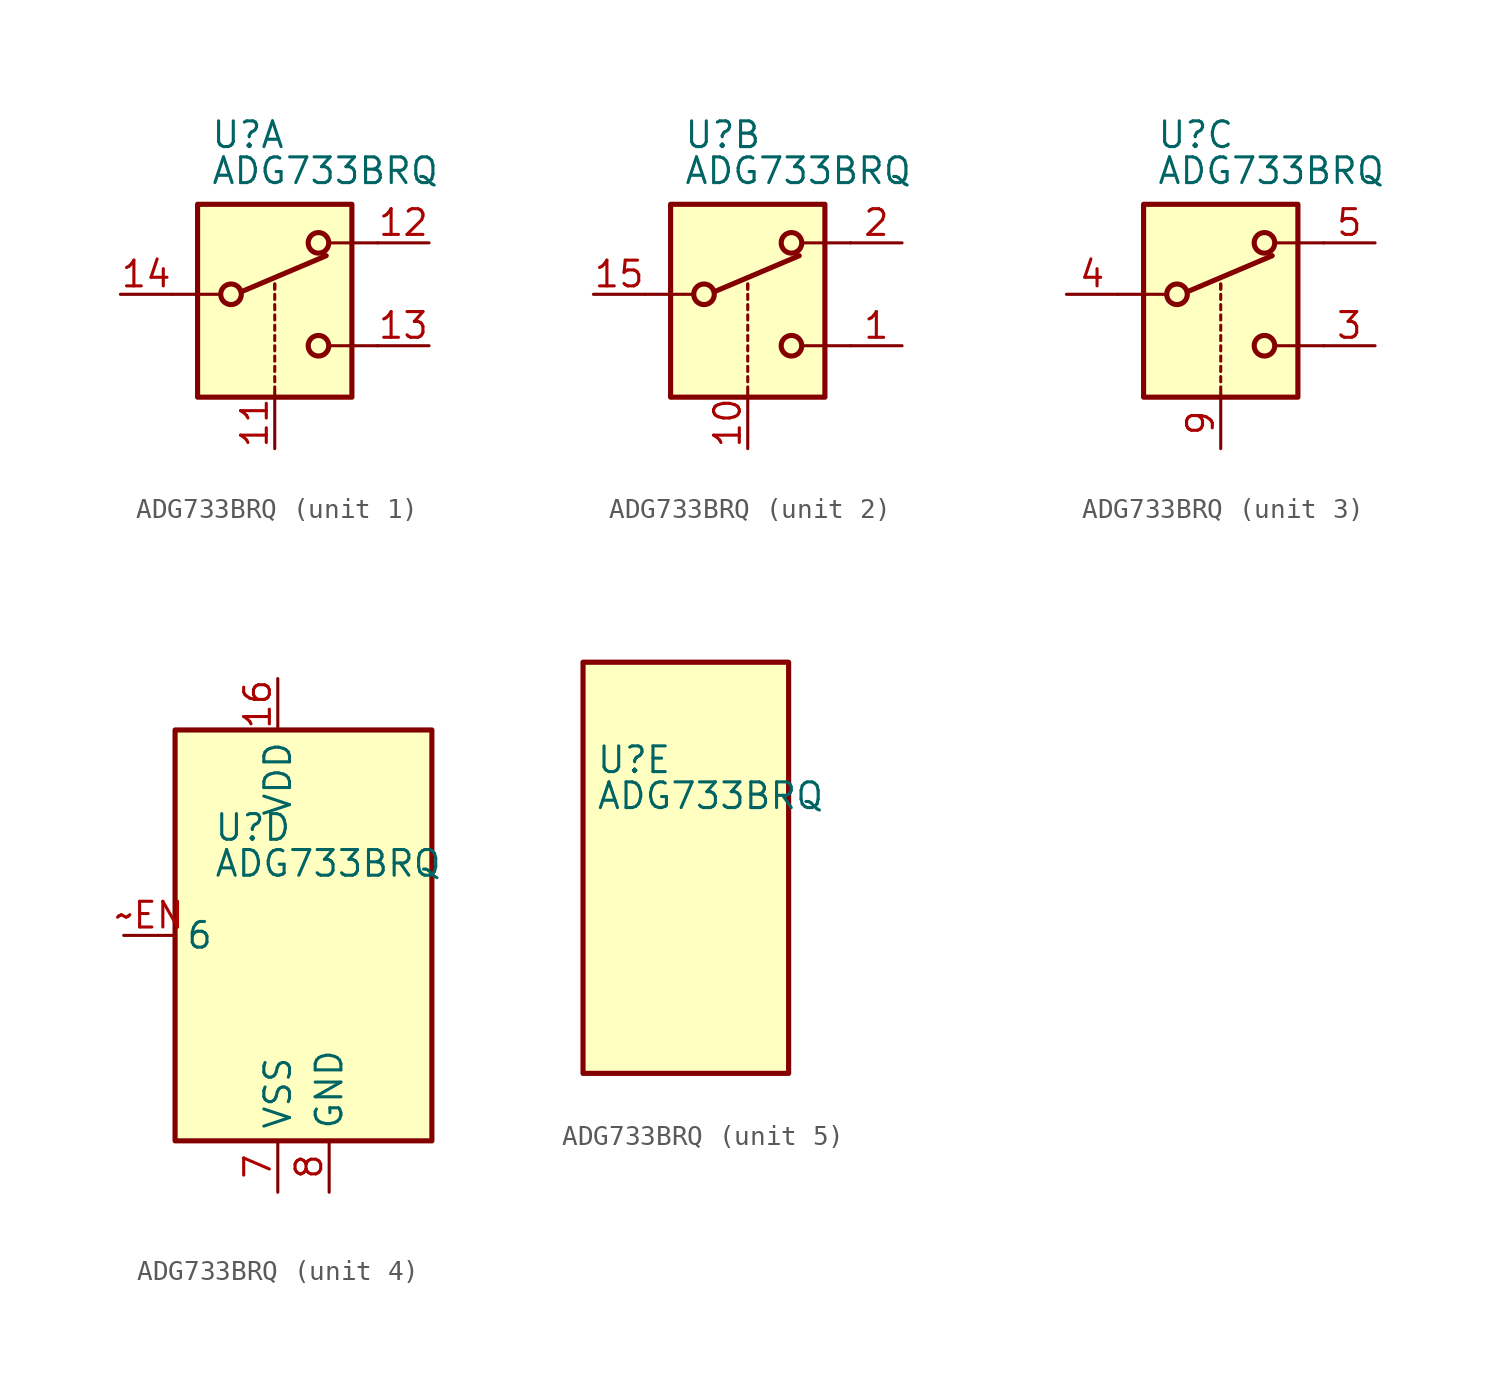
<source format=kicad_sym>
(kicad_symbol_lib
  (version 20220914)
  (generator kicad_symbol_editor)
  (symbol "ADG733BRQ"
    (property "Reference" "U"
      (at -3.175 5.334 0)
      (effects (font (size 1.27 1.27)) (justify left)))
    (property "Value" "ADG733BRQ"
      (at -3.175 3.556 0)
      (effects (font (size 1.27 1.27)) (justify left)))
    (symbol "ADG733BRQ_1_1"
      (rectangle (start -3.81 1.905) (end 3.81 -7.62) (stroke (width 0.254) (type default)) (fill (type background)))
      (circle (center -2.159 -2.54) (radius 0.508) (stroke (width 0.254) (type default)) (fill (type none)))
      (polyline (pts (xy -5.08 -2.54) (xy -2.794 -2.54)) (stroke (width 0) (type default)) (fill (type none)))
      (polyline (pts (xy -1.651 -2.413) (xy 2.54 -0.635)) (stroke (width 0.254) (type default)) (fill (type none)))
      (polyline (pts (xy 0 -7.62) (xy 0 -7.112)) (stroke (width 0) (type default)) (fill (type none)))
      (polyline (pts (xy 0 -6.858) (xy 0 -6.604)) (stroke (width 0) (type default)) (fill (type none)))
      (polyline (pts (xy 0 -6.35) (xy 0 -6.096)) (stroke (width 0) (type default)) (fill (type none)))
      (polyline (pts (xy 0 -5.842) (xy 0 -5.588)) (stroke (width 0) (type default)) (fill (type none)))
      (polyline (pts (xy 0 -5.334) (xy 0 -5.08)) (stroke (width 0) (type default)) (fill (type none)))
      (polyline (pts (xy 0 -4.826) (xy 0 -4.572)) (stroke (width 0) (type default)) (fill (type none)))
      (polyline (pts (xy 0 -4.318) (xy 0 -4.064)) (stroke (width 0) (type default)) (fill (type none)))
      (polyline (pts (xy 0 -3.81) (xy 0 -3.556)) (stroke (width 0) (type default)) (fill (type none)))
      (polyline (pts (xy 0 -3.302) (xy 0 -3.048)) (stroke (width 0) (type default)) (fill (type none)))
      (polyline (pts (xy 0 -2.794) (xy 0 -2.54)) (stroke (width 0) (type default)) (fill (type none)))
      (polyline (pts (xy 0 -2.286) (xy 0 -2.032)) (stroke (width 0) (type default)) (fill (type none)))
      (polyline (pts (xy 0 -2.286) (xy 0 -2.032)) (stroke (width 0) (type default)) (fill (type none)))
      (polyline (pts (xy 5.08 -5.08) (xy 2.794 -5.08)) (stroke (width 0) (type default)) (fill (type none)))
      (polyline (pts (xy 5.08 0) (xy 2.794 0)) (stroke (width 0) (type default)) (fill (type none)))
      (circle (center 2.159 -5.08) (radius 0.508) (stroke (width 0.254) (type default)) (fill (type none)))
      (circle (center 2.159 0) (radius 0.508) (stroke (width 0.254) (type default)) (fill (type none)))
      (pin input line (at 0 -10.16 90) (length 2.54) (name "~" (effects (font (size 1.27 1.27)))) (number "11" (effects (font (size 1.27 1.27)))))
      (pin passive line (at 7.62 0 180) (length 2.54) (name "~" (effects (font (size 1.27 1.27)))) (number "12" (effects (font (size 1.27 1.27)))))
      (pin passive line (at 7.62 -5.08 180) (length 2.54) (name "~" (effects (font (size 1.27 1.27)))) (number "13" (effects (font (size 1.27 1.27)))))
      (pin passive line (at -7.62 -2.54 0) (length 2.54) (name "~" (effects (font (size 1.27 1.27)))) (number "14" (effects (font (size 1.27 1.27))))))
    (symbol "ADG733BRQ_2_1"
      (rectangle (start -3.81 1.905) (end 3.81 -7.62) (stroke (width 0.254) (type default)) (fill (type background)))
      (circle (center -2.159 -2.54) (radius 0.508) (stroke (width 0.254) (type default)) (fill (type none)))
      (polyline (pts (xy -5.08 -2.54) (xy -2.794 -2.54)) (stroke (width 0) (type default)) (fill (type none)))
      (polyline (pts (xy -1.651 -2.413) (xy 2.54 -0.635)) (stroke (width 0.254) (type default)) (fill (type none)))
      (polyline (pts (xy 0 -7.62) (xy 0 -7.112)) (stroke (width 0) (type default)) (fill (type none)))
      (polyline (pts (xy 0 -6.858) (xy 0 -6.604)) (stroke (width 0) (type default)) (fill (type none)))
      (polyline (pts (xy 0 -6.35) (xy 0 -6.096)) (stroke (width 0) (type default)) (fill (type none)))
      (polyline (pts (xy 0 -5.842) (xy 0 -5.588)) (stroke (width 0) (type default)) (fill (type none)))
      (polyline (pts (xy 0 -5.334) (xy 0 -5.08)) (stroke (width 0) (type default)) (fill (type none)))
      (polyline (pts (xy 0 -4.826) (xy 0 -4.572)) (stroke (width 0) (type default)) (fill (type none)))
      (polyline (pts (xy 0 -4.318) (xy 0 -4.064)) (stroke (width 0) (type default)) (fill (type none)))
      (polyline (pts (xy 0 -3.81) (xy 0 -3.556)) (stroke (width 0) (type default)) (fill (type none)))
      (polyline (pts (xy 0 -3.302) (xy 0 -3.048)) (stroke (width 0) (type default)) (fill (type none)))
      (polyline (pts (xy 0 -2.794) (xy 0 -2.54)) (stroke (width 0) (type default)) (fill (type none)))
      (polyline (pts (xy 0 -2.286) (xy 0 -2.032)) (stroke (width 0) (type default)) (fill (type none)))
      (polyline (pts (xy 0 -2.286) (xy 0 -2.032)) (stroke (width 0) (type default)) (fill (type none)))
      (polyline (pts (xy 5.08 -5.08) (xy 2.794 -5.08)) (stroke (width 0) (type default)) (fill (type none)))
      (polyline (pts (xy 5.08 0) (xy 2.794 0)) (stroke (width 0) (type default)) (fill (type none)))
      (circle (center 2.159 -5.08) (radius 0.508) (stroke (width 0.254) (type default)) (fill (type none)))
      (circle (center 2.159 0) (radius 0.508) (stroke (width 0.254) (type default)) (fill (type none)))
      (pin passive line (at 7.62 -5.08 180) (length 2.54) (name "~" (effects (font (size 1.27 1.27)))) (number "1" (effects (font (size 1.27 1.27)))))
      (pin input line (at 0 -10.16 90) (length 2.54) (name "~" (effects (font (size 1.27 1.27)))) (number "10" (effects (font (size 1.27 1.27)))))
      (pin passive line (at -7.62 -2.54 0) (length 2.54) (name "~" (effects (font (size 1.27 1.27)))) (number "15" (effects (font (size 1.27 1.27)))))
      (pin passive line (at 7.62 0 180) (length 2.54) (name "~" (effects (font (size 1.27 1.27)))) (number "2" (effects (font (size 1.27 1.27))))))
    (symbol "ADG733BRQ_3_1"
      (rectangle (start -3.81 1.905) (end 3.81 -7.62) (stroke (width 0.254) (type default)) (fill (type background)))
      (circle (center -2.159 -2.54) (radius 0.508) (stroke (width 0.254) (type default)) (fill (type none)))
      (polyline (pts (xy -5.08 -2.54) (xy -2.794 -2.54)) (stroke (width 0) (type default)) (fill (type none)))
      (polyline (pts (xy -1.651 -2.413) (xy 2.54 -0.635)) (stroke (width 0.254) (type default)) (fill (type none)))
      (polyline (pts (xy 0 -7.62) (xy 0 -7.112)) (stroke (width 0) (type default)) (fill (type none)))
      (polyline (pts (xy 0 -6.858) (xy 0 -6.604)) (stroke (width 0) (type default)) (fill (type none)))
      (polyline (pts (xy 0 -6.35) (xy 0 -6.096)) (stroke (width 0) (type default)) (fill (type none)))
      (polyline (pts (xy 0 -5.842) (xy 0 -5.588)) (stroke (width 0) (type default)) (fill (type none)))
      (polyline (pts (xy 0 -5.334) (xy 0 -5.08)) (stroke (width 0) (type default)) (fill (type none)))
      (polyline (pts (xy 0 -4.826) (xy 0 -4.572)) (stroke (width 0) (type default)) (fill (type none)))
      (polyline (pts (xy 0 -4.318) (xy 0 -4.064)) (stroke (width 0) (type default)) (fill (type none)))
      (polyline (pts (xy 0 -3.81) (xy 0 -3.556)) (stroke (width 0) (type default)) (fill (type none)))
      (polyline (pts (xy 0 -3.302) (xy 0 -3.048)) (stroke (width 0) (type default)) (fill (type none)))
      (polyline (pts (xy 0 -2.794) (xy 0 -2.54)) (stroke (width 0) (type default)) (fill (type none)))
      (polyline (pts (xy 0 -2.286) (xy 0 -2.032)) (stroke (width 0) (type default)) (fill (type none)))
      (polyline (pts (xy 0 -2.286) (xy 0 -2.032)) (stroke (width 0) (type default)) (fill (type none)))
      (polyline (pts (xy 5.08 -5.08) (xy 2.794 -5.08)) (stroke (width 0) (type default)) (fill (type none)))
      (polyline (pts (xy 5.08 0) (xy 2.794 0)) (stroke (width 0) (type default)) (fill (type none)))
      (circle (center 2.159 -5.08) (radius 0.508) (stroke (width 0.254) (type default)) (fill (type none)))
      (circle (center 2.159 0) (radius 0.508) (stroke (width 0.254) (type default)) (fill (type none)))
      (pin passive line (at 7.62 -5.08 180) (length 2.54) (name "~" (effects (font (size 1.27 1.27)))) (number "3" (effects (font (size 1.27 1.27)))))
      (pin passive line (at -7.62 -2.54 0) (length 2.54) (name "~" (effects (font (size 1.27 1.27)))) (number "4" (effects (font (size 1.27 1.27)))))
      (pin passive line (at 7.62 0 180) (length 2.54) (name "~" (effects (font (size 1.27 1.27)))) (number "5" (effects (font (size 1.27 1.27)))))
      (pin input line (at 0 -10.16 90) (length 2.54) (name "~" (effects (font (size 1.27 1.27)))) (number "9" (effects (font (size 1.27 1.27))))))
    (symbol "ADG733BRQ_4_0"
      (pin power_in line (at 0 12.7 270) (length 2.54) (name "VDD" (effects (font (size 1.27 1.27)))) (number "16" (effects (font (size 1.27 1.27)))))
      (pin power_in line (at 0 -12.7 90) (length 2.54) (name "VSS" (effects (font (size 1.27 1.27)))) (number "7" (effects (font (size 1.27 1.27)))))
      (pin power_in line (at 2.54 -12.7 90) (length 2.54) (name "GND" (effects (font (size 1.27 1.27)))) (number "8" (effects (font (size 1.27 1.27)))))
      (pin input line (at -7.62 0 0) (length 2.54) (name "6" (effects (font (size 1.27 1.27)))) (number "~EN" (effects (font (size 1.27 1.27))))))
    (symbol "ADG733BRQ_4_1"
      (rectangle (start -5.08 10.16) (end 7.62 -10.16) (stroke (width 0.254) (type default)) (fill (type background))))
    (symbol "ADG733BRQ_5_1"
      (rectangle (start -3.81 10.16) (end 6.35 -10.16) (stroke (width 0.254) (type default)) (fill (type background))))))
</source>
